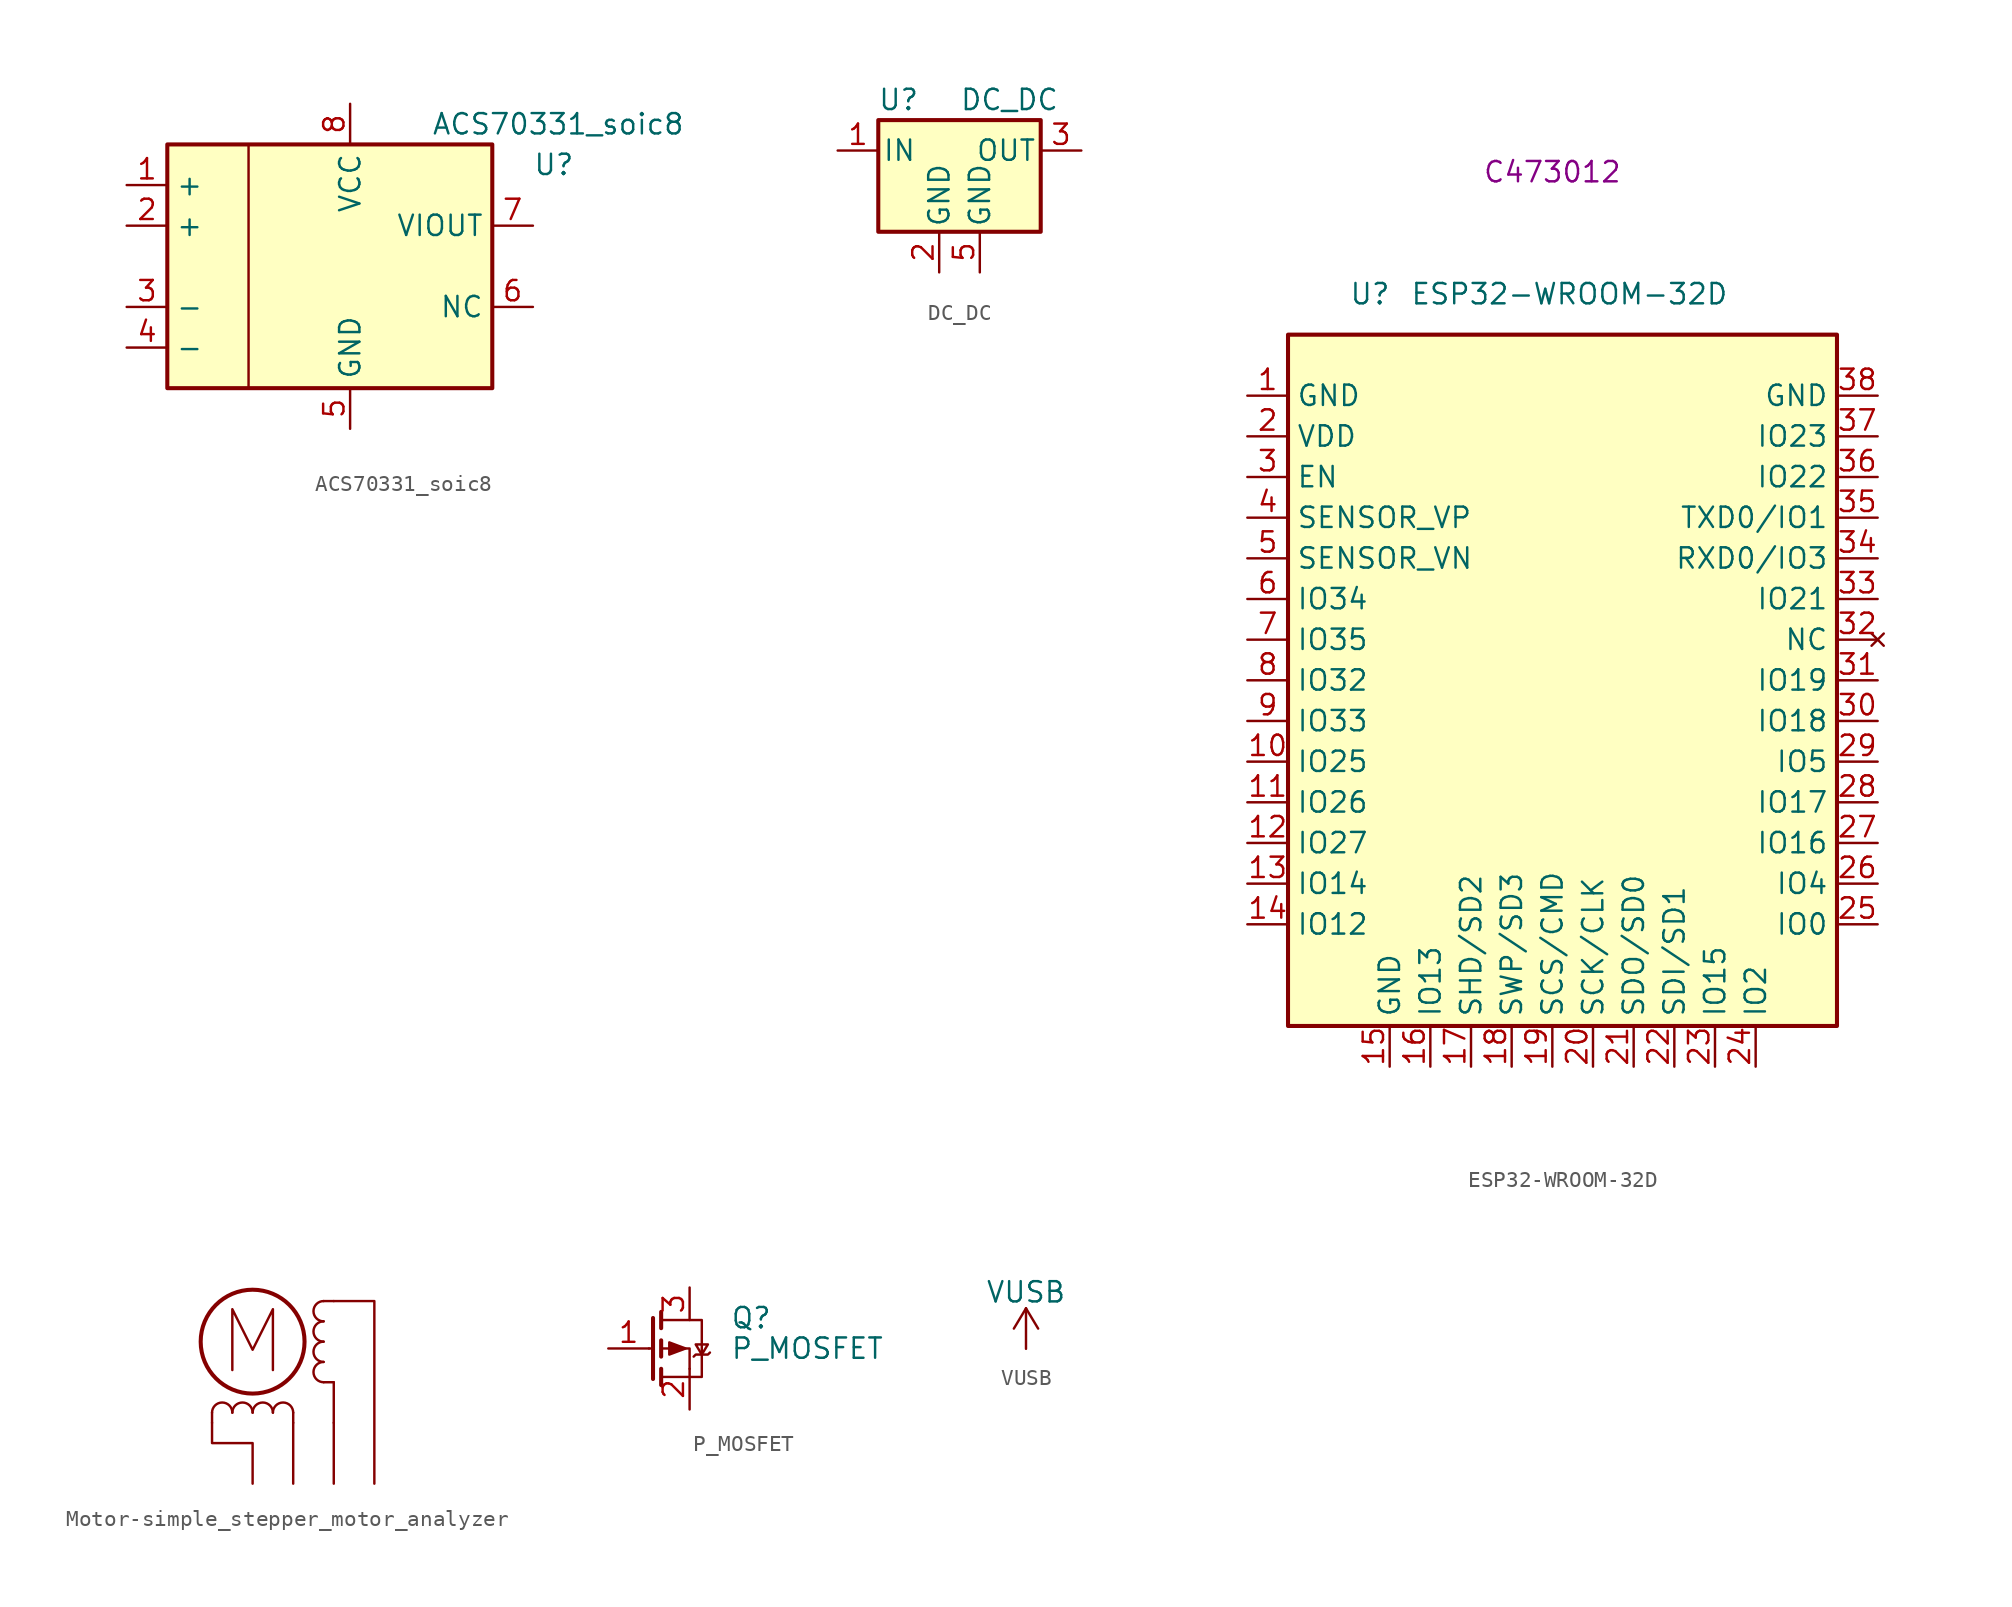
<source format=kicad_sym>
(kicad_symbol_lib
  (version 20211014)
  (generator kicad_symbol_editor)
  (symbol "ACS70331_soic8"
    (property "Reference" "U"
      (at 10.16 6.35 0)
      (effects (font (size 1.27 1.27)) (justify left)))
    (property "Value" "ACS70331_soic8"
      (at 3.81 8.89 0)
      (effects (font (size 1.27 1.27)) (justify left)))
    (symbol "ACS70331_soic8_0_1"
      (rectangle (start -12.7 7.62) (end 7.62 -7.62) (stroke (width 0.254) (type default) (color 0 0 0 0)) (fill (type background)))
      (polyline (pts (xy -7.62 7.62) (xy -7.62 -7.62)) (stroke (width 0) (type default) (color 0 0 0 0)) (fill (type none))))
    (symbol "ACS70331_soic8_1_1"
      (pin passive line (at -15.24 5.08 0) (length 2.54) (name "+" (effects (font (size 1.27 1.27)))) (number "1" (effects (font (size 1.27 1.27)))))
      (pin passive line (at -15.24 2.54 0) (length 2.54) (name "+" (effects (font (size 1.27 1.27)))) (number "2" (effects (font (size 1.27 1.27)))))
      (pin passive line (at -15.24 -2.54 0) (length 2.54) (name "-" (effects (font (size 1.27 1.27)))) (number "3" (effects (font (size 1.27 1.27)))))
      (pin passive line (at -15.24 -5.08 0) (length 2.54) (name "-" (effects (font (size 1.27 1.27)))) (number "4" (effects (font (size 1.27 1.27)))))
      (pin power_in line (at -1.27 -10.16 90) (length 2.54) (name "GND" (effects (font (size 1.27 1.27)))) (number "5" (effects (font (size 1.27 1.27)))))
      (pin passive line (at 10.16 -2.54 180) (length 2.54) (name "NC" (effects (font (size 1.27 1.27)))) (number "6" (effects (font (size 1.27 1.27)))))
      (pin output line (at 10.16 2.54 180) (length 2.54) (name "VIOUT" (effects (font (size 1.27 1.27)))) (number "7" (effects (font (size 1.27 1.27)))))
      (pin power_in line (at -1.27 10.16 270) (length 2.54) (name "VCC" (effects (font (size 1.27 1.27)))) (number "8" (effects (font (size 1.27 1.27)))))))
  (symbol "DC_DC"
    (pin_names
      (offset 0.254))
    (property "Reference" "U"
      (at -3.81 3.175 0)
      (effects (font (size 1.27 1.27))))
    (property "Value" "DC_DC"
      (at 0 3.175 0)
      (effects (font (size 1.27 1.27)) (justify left)))
    (symbol "DC_DC_0_1"
      (rectangle (start -5.08 1.905) (end 5.08 -5.08) (stroke (width 0.254) (type default) (color 0 0 0 0)) (fill (type background))))
    (symbol "DC_DC_1_1"
      (pin power_in line (at -7.62 0 0) (length 2.54) (name "IN" (effects (font (size 1.27 1.27)))) (number "1" (effects (font (size 1.27 1.27)))))
      (pin input line (at -1.27 -7.62 90) (length 2.54) (name "GND" (effects (font (size 1.27 1.27)))) (number "2" (effects (font (size 1.27 1.27)))))
      (pin power_out line (at 7.62 0 180) (length 2.54) (name "OUT" (effects (font (size 1.27 1.27)))) (number "3" (effects (font (size 1.27 1.27)))))
      (pin power_in line (at 1.27 -7.62 90) (length 2.54) (name "GND" (effects (font (size 1.27 1.27)))) (number "5" (effects (font (size 1.27 1.27)))))))
  (symbol "ESP32-WROOM-32D"
    (property "Reference" "U"
      (at -43.18 30.48 0)
      (effects (font (size 1.27 1.27)) (justify left)))
    (property "Value" "ESP32-WROOM-32D"
      (at -39.37 30.48 0)
      (effects (font (size 1.27 1.27)) (justify left)))
    (property "LCSC" "C473012"
      (at -30.48 38.1 0)
      (effects (font (size 1.27 1.27))))
    (symbol "ESP32-WROOM-32D_0_1"
      (rectangle (start -46.99 27.94) (end -12.7 -15.24) (stroke (width 0.254) (type default) (color 0 0 0 0)) (fill (type background))))
    (symbol "ESP32-WROOM-32D_1_1"
      (pin power_in line (at -49.53 24.13 0) (length 2.54) (name "GND" (effects (font (size 1.27 1.27)))) (number "1" (effects (font (size 1.27 1.27)))))
      (pin bidirectional line (at -49.53 1.27 0) (length 2.54) (name "IO25" (effects (font (size 1.27 1.27)))) (number "10" (effects (font (size 1.27 1.27)))))
      (pin bidirectional line (at -49.53 -1.27 0) (length 2.54) (name "IO26" (effects (font (size 1.27 1.27)))) (number "11" (effects (font (size 1.27 1.27)))))
      (pin bidirectional line (at -49.53 -3.81 0) (length 2.54) (name "IO27" (effects (font (size 1.27 1.27)))) (number "12" (effects (font (size 1.27 1.27)))))
      (pin bidirectional line (at -49.53 -6.35 0) (length 2.54) (name "IO14" (effects (font (size 1.27 1.27)))) (number "13" (effects (font (size 1.27 1.27)))))
      (pin bidirectional line (at -49.53 -8.89 0) (length 2.54) (name "IO12" (effects (font (size 1.27 1.27)))) (number "14" (effects (font (size 1.27 1.27)))))
      (pin passive line (at -40.64 -17.78 90) (length 2.54) (name "GND" (effects (font (size 1.27 1.27)))) (number "15" (effects (font (size 1.27 1.27)))))
      (pin bidirectional line (at -38.1 -17.78 90) (length 2.54) (name "IO13" (effects (font (size 1.27 1.27)))) (number "16" (effects (font (size 1.27 1.27)))))
      (pin bidirectional line (at -35.56 -17.78 90) (length 2.54) (name "SHD/SD2" (effects (font (size 1.27 1.27)))) (number "17" (effects (font (size 1.27 1.27)))))
      (pin bidirectional line (at -33.02 -17.78 90) (length 2.54) (name "SWP/SD3" (effects (font (size 1.27 1.27)))) (number "18" (effects (font (size 1.27 1.27)))))
      (pin bidirectional line (at -30.48 -17.78 90) (length 2.54) (name "SCS/CMD" (effects (font (size 1.27 1.27)))) (number "19" (effects (font (size 1.27 1.27)))))
      (pin power_in line (at -49.53 21.59 0) (length 2.54) (name "VDD" (effects (font (size 1.27 1.27)))) (number "2" (effects (font (size 1.27 1.27)))))
      (pin bidirectional line (at -27.94 -17.78 90) (length 2.54) (name "SCK/CLK" (effects (font (size 1.27 1.27)))) (number "20" (effects (font (size 1.27 1.27)))))
      (pin bidirectional line (at -25.4 -17.78 90) (length 2.54) (name "SDO/SD0" (effects (font (size 1.27 1.27)))) (number "21" (effects (font (size 1.27 1.27)))))
      (pin bidirectional line (at -22.86 -17.78 90) (length 2.54) (name "SDI/SD1" (effects (font (size 1.27 1.27)))) (number "22" (effects (font (size 1.27 1.27)))))
      (pin bidirectional line (at -20.32 -17.78 90) (length 2.54) (name "IO15" (effects (font (size 1.27 1.27)))) (number "23" (effects (font (size 1.27 1.27)))))
      (pin bidirectional line (at -17.78 -17.78 90) (length 2.54) (name "IO2" (effects (font (size 1.27 1.27)))) (number "24" (effects (font (size 1.27 1.27)))))
      (pin bidirectional line (at -10.16 -8.89 180) (length 2.54) (name "IO0" (effects (font (size 1.27 1.27)))) (number "25" (effects (font (size 1.27 1.27)))))
      (pin bidirectional line (at -10.16 -6.35 180) (length 2.54) (name "IO4" (effects (font (size 1.27 1.27)))) (number "26" (effects (font (size 1.27 1.27)))))
      (pin bidirectional line (at -10.16 -3.81 180) (length 2.54) (name "IO16" (effects (font (size 1.27 1.27)))) (number "27" (effects (font (size 1.27 1.27)))))
      (pin bidirectional line (at -10.16 -1.27 180) (length 2.54) (name "IO17" (effects (font (size 1.27 1.27)))) (number "28" (effects (font (size 1.27 1.27)))))
      (pin bidirectional line (at -10.16 1.27 180) (length 2.54) (name "IO5" (effects (font (size 1.27 1.27)))) (number "29" (effects (font (size 1.27 1.27)))))
      (pin input line (at -49.53 19.05 0) (length 2.54) (name "EN" (effects (font (size 1.27 1.27)))) (number "3" (effects (font (size 1.27 1.27)))))
      (pin bidirectional line (at -10.16 3.81 180) (length 2.54) (name "IO18" (effects (font (size 1.27 1.27)))) (number "30" (effects (font (size 1.27 1.27)))))
      (pin bidirectional line (at -10.16 6.35 180) (length 2.54) (name "IO19" (effects (font (size 1.27 1.27)))) (number "31" (effects (font (size 1.27 1.27)))))
      (pin no_connect line (at -10.16 8.89 180) (length 2.54) (name "NC" (effects (font (size 1.27 1.27)))) (number "32" (effects (font (size 1.27 1.27)))))
      (pin bidirectional line (at -10.16 11.43 180) (length 2.54) (name "IO21" (effects (font (size 1.27 1.27)))) (number "33" (effects (font (size 1.27 1.27)))))
      (pin bidirectional line (at -10.16 13.97 180) (length 2.54) (name "RXD0/IO3" (effects (font (size 1.27 1.27)))) (number "34" (effects (font (size 1.27 1.27)))))
      (pin bidirectional line (at -10.16 16.51 180) (length 2.54) (name "TXD0/IO1" (effects (font (size 1.27 1.27)))) (number "35" (effects (font (size 1.27 1.27)))))
      (pin bidirectional line (at -10.16 19.05 180) (length 2.54) (name "IO22" (effects (font (size 1.27 1.27)))) (number "36" (effects (font (size 1.27 1.27)))))
      (pin bidirectional line (at -10.16 21.59 180) (length 2.54) (name "IO23" (effects (font (size 1.27 1.27)))) (number "37" (effects (font (size 1.27 1.27)))))
      (pin passive line (at -10.16 24.13 180) (length 2.54) (name "GND" (effects (font (size 1.27 1.27)))) (number "38" (effects (font (size 1.27 1.27)))))
      (pin passive line (at -40.64 -17.78 90) (length 2.54) hide (name "GND" (effects (font (size 1.27 1.27)))) (number "39" (effects (font (size 1.27 1.27)))))
      (pin input line (at -49.53 16.51 0) (length 2.54) (name "SENSOR_VP" (effects (font (size 1.27 1.27)))) (number "4" (effects (font (size 1.27 1.27)))))
      (pin input line (at -49.53 13.97 0) (length 2.54) (name "SENSOR_VN" (effects (font (size 1.27 1.27)))) (number "5" (effects (font (size 1.27 1.27)))))
      (pin input line (at -49.53 11.43 0) (length 2.54) (name "IO34" (effects (font (size 1.27 1.27)))) (number "6" (effects (font (size 1.27 1.27)))))
      (pin input line (at -49.53 8.89 0) (length 2.54) (name "IO35" (effects (font (size 1.27 1.27)))) (number "7" (effects (font (size 1.27 1.27)))))
      (pin bidirectional line (at -49.53 6.35 0) (length 2.54) (name "IO32" (effects (font (size 1.27 1.27)))) (number "8" (effects (font (size 1.27 1.27)))))
      (pin bidirectional line (at -49.53 3.81 0) (length 2.54) (name "IO33" (effects (font (size 1.27 1.27)))) (number "9" (effects (font (size 1.27 1.27)))))))
  (symbol "Motor-simple_stepper_motor_analyzer"
    (pin_names
      (offset 0) hide)
    (property "Reference" "M"
      (at 1.27 10.16 0)
      (effects (font (size 1.27 1.27)) (justify left) hide))
    (symbol "Motor-simple_stepper_motor_analyzer_0_0"
      (polyline (pts (xy 5.08 0) (xy 5.08 -2.54)) (stroke (width 0) (type default) (color 0 0 0 0)) (fill (type none)))
      (polyline (pts (xy -1.27 0.762) (xy -1.27 4.572) (xy 0 2.032) (xy 1.27 4.572) (xy 1.27 0.762)) (stroke (width 0) (type default) (color 0 0 0 0)) (fill (type none))))
    (symbol "Motor-simple_stepper_motor_analyzer_0_1"
      (arc (start -1.27 -1.905) (mid -1.905 -1.27) (end -2.54 -1.905) (stroke (width 0) (type default) (color 0 0 0 0)) (fill (type none)))
      (arc (start 0 -1.905) (mid -0.635 -1.27) (end -1.27 -1.905) (stroke (width 0) (type default) (color 0 0 0 0)) (fill (type none)))
      (polyline (pts (xy -2.54 -2.54) (xy -2.54 -1.905)) (stroke (width 0) (type default) (color 0 0 0 0)) (fill (type none)))
      (polyline (pts (xy 2.54 -2.54) (xy 2.54 -6.35)) (stroke (width 0) (type default) (color 0 0 0 0)) (fill (type none)))
      (polyline (pts (xy 2.54 -2.54) (xy 2.54 -1.905)) (stroke (width 0) (type default) (color 0 0 0 0)) (fill (type none)))
      (polyline (pts (xy 5.08 -2.54) (xy 5.08 -6.35)) (stroke (width 0) (type default) (color 0 0 0 0)) (fill (type none)))
      (polyline (pts (xy 5.08 0) (xy 4.445 0)) (stroke (width 0) (type default) (color 0 0 0 0)) (fill (type none)))
      (polyline (pts (xy 5.08 5.08) (xy 4.445 5.08)) (stroke (width 0) (type default) (color 0 0 0 0)) (fill (type none)))
      (polyline (pts (xy 7.62 -6.35) (xy 7.62 5.08) (xy 5.08 5.08)) (stroke (width 0) (type default) (color 0 0 0 0)) (fill (type none)))
      (polyline (pts (xy 0 -6.35) (xy 0 -3.81) (xy -2.54 -3.81) (xy -2.54 -2.54)) (stroke (width 0) (type default) (color 0 0 0 0)) (fill (type none)))
      (circle (center 0 2.54) (radius 3.251) (stroke (width 0.254) (type default) (color 0 0 0 0)) (fill (type none)))
      (arc (start 1.27 -1.905) (mid 0.635 -1.27) (end 0 -1.905) (stroke (width 0) (type default) (color 0 0 0 0)) (fill (type none)))
      (arc (start 2.54 -1.905) (mid 1.905 -1.27) (end 1.27 -1.905) (stroke (width 0) (type default) (color 0 0 0 0)) (fill (type none)))
      (arc (start 4.445 1.27) (mid 3.81 0.635) (end 4.445 0) (stroke (width 0) (type default) (color 0 0 0 0)) (fill (type none)))
      (arc (start 4.445 2.54) (mid 3.81 1.905) (end 4.445 1.27) (stroke (width 0) (type default) (color 0 0 0 0)) (fill (type none)))
      (arc (start 4.445 3.81) (mid 3.81 3.175) (end 4.445 2.54) (stroke (width 0) (type default) (color 0 0 0 0)) (fill (type none)))
      (arc (start 4.445 5.08) (mid 3.81 4.445) (end 4.445 3.81) (stroke (width 0) (type default) (color 0 0 0 0)) (fill (type none)))))
  (symbol "P_MOSFET"
    (pin_names hide)
    (property "Reference" "Q"
      (at 5.08 1.905 0)
      (effects (font (size 1.27 1.27)) (justify left)))
    (property "Value" "P_MOSFET"
      (at 5.08 0 0)
      (effects (font (size 1.27 1.27)) (justify left)))
    (symbol "P_MOSFET_0_1"
      (polyline (pts (xy 0.254 0) (xy 0 0)) (stroke (width 0) (type default) (color 0 0 0 0)) (fill (type none)))
      (polyline (pts (xy 0.254 1.905) (xy 0.254 -1.905)) (stroke (width 0.254) (type default) (color 0 0 0 0)) (fill (type none)))
      (polyline (pts (xy 0.762 -1.27) (xy 0.762 -2.286)) (stroke (width 0.254) (type default) (color 0 0 0 0)) (fill (type none)))
      (polyline (pts (xy 0.762 0.508) (xy 0.762 -0.508)) (stroke (width 0.254) (type default) (color 0 0 0 0)) (fill (type none)))
      (polyline (pts (xy 0.762 2.286) (xy 0.762 1.27)) (stroke (width 0.254) (type default) (color 0 0 0 0)) (fill (type none)))
      (polyline (pts (xy 2.54 -1.27) (xy 2.54 0) (xy 0.762 0)) (stroke (width 0) (type default) (color 0 0 0 0)) (fill (type none)))
      (polyline (pts (xy 0.762 1.778) (xy 3.302 1.778) (xy 3.302 -1.778) (xy 0.762 -1.778)) (stroke (width 0) (type default) (color 0 0 0 0)) (fill (type none)))
      (polyline (pts (xy 2.286 0) (xy 1.27 0.381) (xy 1.27 -0.381) (xy 2.286 0)) (stroke (width 0) (type default) (color 0 0 0 0)) (fill (type outline)))
      (polyline (pts (xy 2.794 -0.508) (xy 2.921 -0.381) (xy 3.683 -0.381) (xy 3.81 -0.254)) (stroke (width 0) (type default) (color 0 0 0 0)) (fill (type none)))
      (polyline (pts (xy 3.302 -0.381) (xy 2.921 0.254) (xy 3.683 0.254) (xy 3.302 -0.381)) (stroke (width 0) (type default) (color 0 0 0 0)) (fill (type none))))
    (symbol "P_MOSFET_1_1"
      (pin input line (at -2.54 0 0) (length 2.54) (name "G" (effects (font (size 1.27 1.27)))) (number "1" (effects (font (size 1.27 1.27)))))
      (pin passive line (at 2.54 -3.81 90) (length 2.54) (name "S" (effects (font (size 1.27 1.27)))) (number "2" (effects (font (size 1.27 1.27)))))
      (pin passive line (at 2.54 3.81 270) (length 2.032) (name "D" (effects (font (size 1.27 1.27)))) (number "3" (effects (font (size 1.27 1.27)))))))
  (symbol "VUSB"
    (power)
    (pin_names
      (offset 0))
    (property "Reference" "#PWR"
      (at 0 -3.81 0)
      (effects (font (size 1.27 1.27)) hide))
    (property "Value" "VUSB"
      (at 0 3.556 0)
      (effects (font (size 1.27 1.27))))
    (symbol "VUSB_0_1"
      (polyline (pts (xy -0.762 1.27) (xy 0 2.54)) (stroke (width 0) (type default) (color 0 0 0 0)) (fill (type none)))
      (polyline (pts (xy 0 0) (xy 0 2.54)) (stroke (width 0) (type default) (color 0 0 0 0)) (fill (type none)))
      (polyline (pts (xy 0 2.54) (xy 0.762 1.27)) (stroke (width 0) (type default) (color 0 0 0 0)) (fill (type none))))
    (symbol "VUSB_1_1"
      (pin power_in line (at 0 0 90) (length 0) hide (name "VUSB" (effects (font (size 1.27 1.27)))) (number "1" (effects (font (size 1.27 1.27))))))))
</source>
